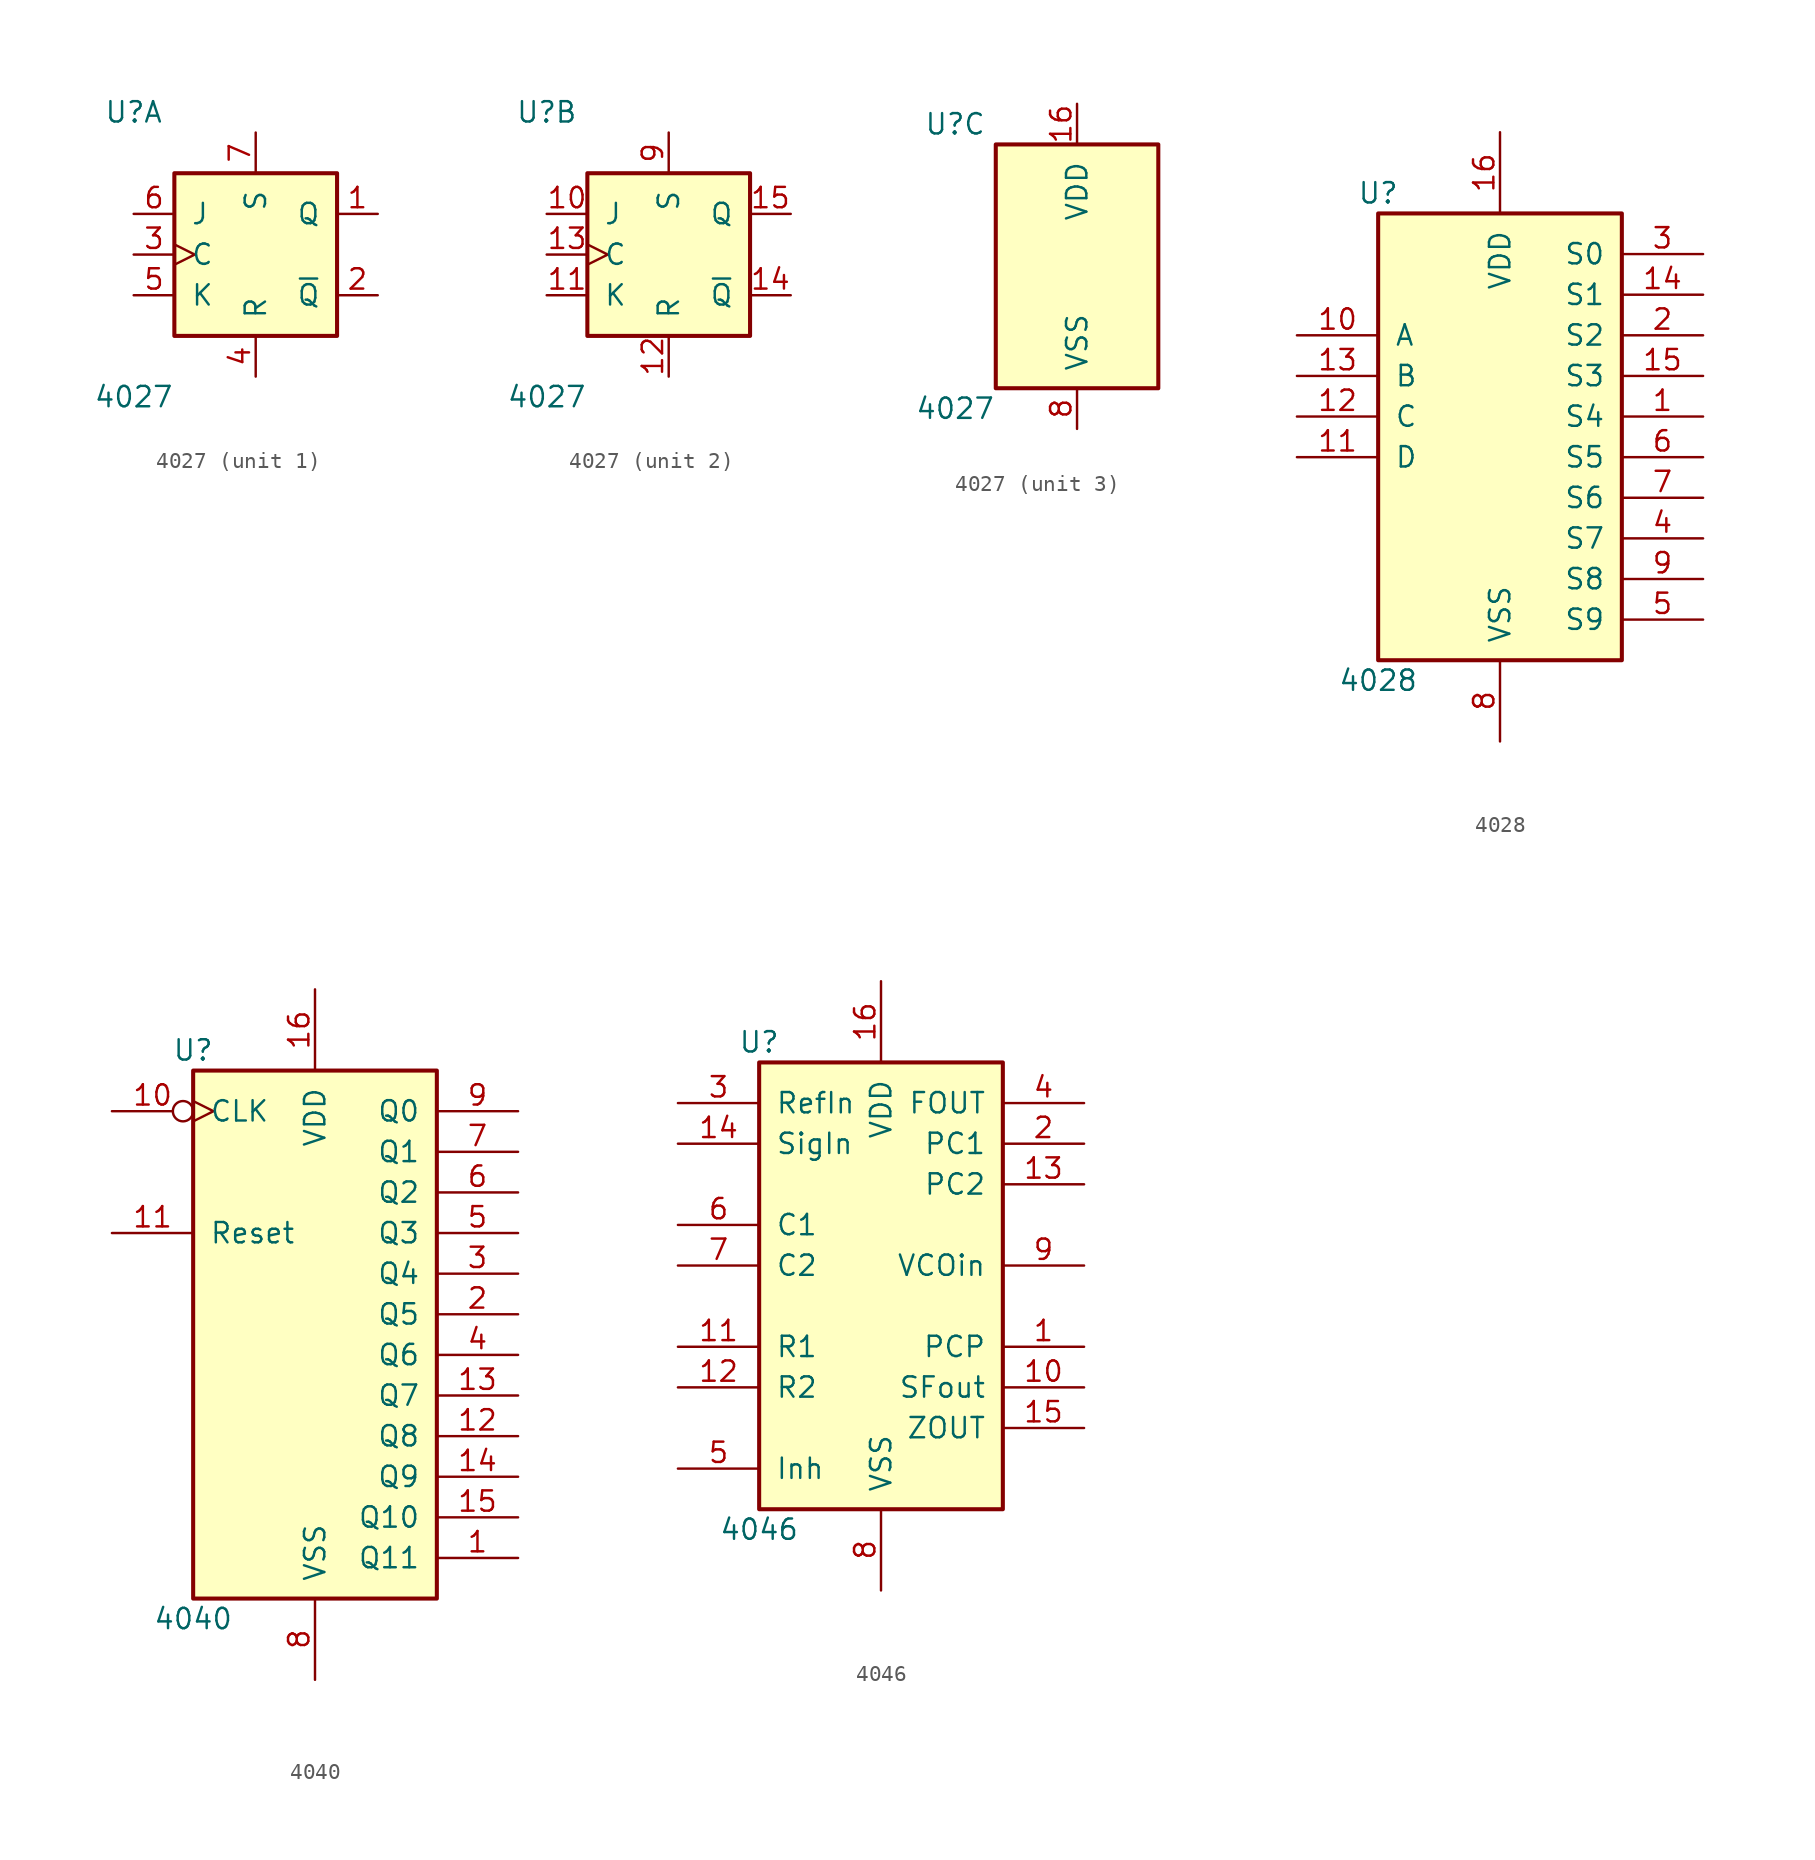
<source format=kicad_sym>
(kicad_symbol_lib
  (version 20241209)
  (generator "kicad_symbol_editor")
  (generator_version "9.0")
  (symbol "4027"
    (pin_names
      (offset 1.016))
    (property "Reference" "U"
      (at -7.62 8.89 0)
      (effects (font (size 1.27 1.27))))
    (property "Value" "4027"
      (at -7.62 -8.89 0)
      (effects (font (size 1.27 1.27))))
    (property "ki_locked" ""
      (at 0 0 0)
      (effects (font (size 1.27 1.27))))
    (symbol "4027_1_1"
      (rectangle (start -5.08 5.08) (end 5.08 -5.08) (stroke (width 0.254) (type default)) (fill (type background)))
      (pin input line (at -7.62 2.54 0) (length 2.54) (name "J" (effects (font (size 1.27 1.27)))) (number "6" (effects (font (size 1.27 1.27)))))
      (pin input clock (at -7.62 0 0) (length 2.54) (name "C" (effects (font (size 1.27 1.27)))) (number "3" (effects (font (size 1.27 1.27)))))
      (pin input line (at -7.62 -2.54 0) (length 2.54) (name "K" (effects (font (size 1.27 1.27)))) (number "5" (effects (font (size 1.27 1.27)))))
      (pin input line (at 0 7.62 270) (length 2.54) (name "S" (effects (font (size 1.27 1.27)))) (number "7" (effects (font (size 1.27 1.27)))))
      (pin input line (at 0 -7.62 90) (length 2.54) (name "R" (effects (font (size 1.27 1.27)))) (number "4" (effects (font (size 1.27 1.27)))))
      (pin output line (at 7.62 2.54 180) (length 2.54) (name "Q" (effects (font (size 1.27 1.27)))) (number "1" (effects (font (size 1.27 1.27)))))
      (pin output line (at 7.62 -2.54 180) (length 2.54) (name "~{Q}" (effects (font (size 1.27 1.27)))) (number "2" (effects (font (size 1.27 1.27))))))
    (symbol "4027_2_1"
      (rectangle (start -5.08 5.08) (end 5.08 -5.08) (stroke (width 0.254) (type default)) (fill (type background)))
      (pin input line (at -7.62 2.54 0) (length 2.54) (name "J" (effects (font (size 1.27 1.27)))) (number "10" (effects (font (size 1.27 1.27)))))
      (pin input clock (at -7.62 0 0) (length 2.54) (name "C" (effects (font (size 1.27 1.27)))) (number "13" (effects (font (size 1.27 1.27)))))
      (pin input line (at -7.62 -2.54 0) (length 2.54) (name "K" (effects (font (size 1.27 1.27)))) (number "11" (effects (font (size 1.27 1.27)))))
      (pin input line (at 0 7.62 270) (length 2.54) (name "S" (effects (font (size 1.27 1.27)))) (number "9" (effects (font (size 1.27 1.27)))))
      (pin input line (at 0 -7.62 90) (length 2.54) (name "R" (effects (font (size 1.27 1.27)))) (number "12" (effects (font (size 1.27 1.27)))))
      (pin output line (at 7.62 2.54 180) (length 2.54) (name "Q" (effects (font (size 1.27 1.27)))) (number "15" (effects (font (size 1.27 1.27)))))
      (pin output line (at 7.62 -2.54 180) (length 2.54) (name "~{Q}" (effects (font (size 1.27 1.27)))) (number "14" (effects (font (size 1.27 1.27))))))
    (symbol "4027_3_0"
      (pin power_in line (at 0 10.16 270) (length 2.54) (name "VDD" (effects (font (size 1.27 1.27)))) (number "16" (effects (font (size 1.27 1.27)))))
      (pin power_in line (at 0 -10.16 90) (length 2.54) (name "VSS" (effects (font (size 1.27 1.27)))) (number "8" (effects (font (size 1.27 1.27))))))
    (symbol "4027_3_1"
      (rectangle (start -5.08 7.62) (end 5.08 -7.62) (stroke (width 0.254) (type default)) (fill (type background)))))
  (symbol "4028"
    (pin_names
      (offset 1.016))
    (property "Reference" "U"
      (at -7.62 13.97 0)
      (effects (font (size 1.27 1.27))))
    (property "Value" "4028"
      (at -7.62 -16.51 0)
      (effects (font (size 1.27 1.27))))
    (property "ki_locked" ""
      (at 0 0 0)
      (effects (font (size 1.27 1.27))))
    (symbol "4028_1_0"
      (pin input line (at -12.7 5.08 0) (length 5.08) (name "A" (effects (font (size 1.27 1.27)))) (number "10" (effects (font (size 1.27 1.27)))))
      (pin input line (at -12.7 2.54 0) (length 5.08) (name "B" (effects (font (size 1.27 1.27)))) (number "13" (effects (font (size 1.27 1.27)))))
      (pin input line (at -12.7 0 0) (length 5.08) (name "C" (effects (font (size 1.27 1.27)))) (number "12" (effects (font (size 1.27 1.27)))))
      (pin input line (at -12.7 -2.54 0) (length 5.08) (name "D" (effects (font (size 1.27 1.27)))) (number "11" (effects (font (size 1.27 1.27)))))
      (pin power_in line (at 0 17.78 270) (length 5.08) (name "VDD" (effects (font (size 1.27 1.27)))) (number "16" (effects (font (size 1.27 1.27)))))
      (pin power_in line (at 0 -20.32 90) (length 5.08) (name "VSS" (effects (font (size 1.27 1.27)))) (number "8" (effects (font (size 1.27 1.27)))))
      (pin output line (at 12.7 10.16 180) (length 5.08) (name "S0" (effects (font (size 1.27 1.27)))) (number "3" (effects (font (size 1.27 1.27)))))
      (pin output line (at 12.7 7.62 180) (length 5.08) (name "S1" (effects (font (size 1.27 1.27)))) (number "14" (effects (font (size 1.27 1.27)))))
      (pin output line (at 12.7 5.08 180) (length 5.08) (name "S2" (effects (font (size 1.27 1.27)))) (number "2" (effects (font (size 1.27 1.27)))))
      (pin output line (at 12.7 2.54 180) (length 5.08) (name "S3" (effects (font (size 1.27 1.27)))) (number "15" (effects (font (size 1.27 1.27)))))
      (pin output line (at 12.7 0 180) (length 5.08) (name "S4" (effects (font (size 1.27 1.27)))) (number "1" (effects (font (size 1.27 1.27)))))
      (pin output line (at 12.7 -2.54 180) (length 5.08) (name "S5" (effects (font (size 1.27 1.27)))) (number "6" (effects (font (size 1.27 1.27)))))
      (pin output line (at 12.7 -5.08 180) (length 5.08) (name "S6" (effects (font (size 1.27 1.27)))) (number "7" (effects (font (size 1.27 1.27)))))
      (pin output line (at 12.7 -7.62 180) (length 5.08) (name "S7" (effects (font (size 1.27 1.27)))) (number "4" (effects (font (size 1.27 1.27)))))
      (pin output line (at 12.7 -10.16 180) (length 5.08) (name "S8" (effects (font (size 1.27 1.27)))) (number "9" (effects (font (size 1.27 1.27)))))
      (pin output line (at 12.7 -12.7 180) (length 5.08) (name "S9" (effects (font (size 1.27 1.27)))) (number "5" (effects (font (size 1.27 1.27))))))
    (symbol "4028_1_1"
      (rectangle (start -7.62 12.7) (end 7.62 -15.24) (stroke (width 0.254) (type default)) (fill (type background)))))
  (symbol "4040"
    (pin_names
      (offset 1.016))
    (property "Reference" "U"
      (at -7.62 16.51 0)
      (effects (font (size 1.27 1.27))))
    (property "Value" "4040"
      (at -7.62 -19.05 0)
      (effects (font (size 1.27 1.27))))
    (property "ki_locked" ""
      (at 0 0 0)
      (effects (font (size 1.27 1.27))))
    (symbol "4040_1_0"
      (pin input inverted_clock (at -12.7 12.7 0) (length 5.08) (name "CLK" (effects (font (size 1.27 1.27)))) (number "10" (effects (font (size 1.27 1.27)))))
      (pin input line (at -12.7 5.08 0) (length 5.08) (name "Reset" (effects (font (size 1.27 1.27)))) (number "11" (effects (font (size 1.27 1.27)))))
      (pin power_in line (at 0 20.32 270) (length 5.08) (name "VDD" (effects (font (size 1.27 1.27)))) (number "16" (effects (font (size 1.27 1.27)))))
      (pin power_in line (at 0 -22.86 90) (length 5.08) (name "VSS" (effects (font (size 1.27 1.27)))) (number "8" (effects (font (size 1.27 1.27)))))
      (pin output line (at 12.7 12.7 180) (length 5.08) (name "Q0" (effects (font (size 1.27 1.27)))) (number "9" (effects (font (size 1.27 1.27)))))
      (pin output line (at 12.7 10.16 180) (length 5.08) (name "Q1" (effects (font (size 1.27 1.27)))) (number "7" (effects (font (size 1.27 1.27)))))
      (pin output line (at 12.7 7.62 180) (length 5.08) (name "Q2" (effects (font (size 1.27 1.27)))) (number "6" (effects (font (size 1.27 1.27)))))
      (pin output line (at 12.7 5.08 180) (length 5.08) (name "Q3" (effects (font (size 1.27 1.27)))) (number "5" (effects (font (size 1.27 1.27)))))
      (pin output line (at 12.7 2.54 180) (length 5.08) (name "Q4" (effects (font (size 1.27 1.27)))) (number "3" (effects (font (size 1.27 1.27)))))
      (pin output line (at 12.7 0 180) (length 5.08) (name "Q5" (effects (font (size 1.27 1.27)))) (number "2" (effects (font (size 1.27 1.27)))))
      (pin output line (at 12.7 -2.54 180) (length 5.08) (name "Q6" (effects (font (size 1.27 1.27)))) (number "4" (effects (font (size 1.27 1.27)))))
      (pin output line (at 12.7 -5.08 180) (length 5.08) (name "Q7" (effects (font (size 1.27 1.27)))) (number "13" (effects (font (size 1.27 1.27)))))
      (pin output line (at 12.7 -7.62 180) (length 5.08) (name "Q8" (effects (font (size 1.27 1.27)))) (number "12" (effects (font (size 1.27 1.27)))))
      (pin output line (at 12.7 -10.16 180) (length 5.08) (name "Q9" (effects (font (size 1.27 1.27)))) (number "14" (effects (font (size 1.27 1.27)))))
      (pin output line (at 12.7 -12.7 180) (length 5.08) (name "Q10" (effects (font (size 1.27 1.27)))) (number "15" (effects (font (size 1.27 1.27)))))
      (pin output line (at 12.7 -15.24 180) (length 5.08) (name "Q11" (effects (font (size 1.27 1.27)))) (number "1" (effects (font (size 1.27 1.27))))))
    (symbol "4040_1_1"
      (rectangle (start -7.62 15.24) (end 7.62 -17.78) (stroke (width 0.254) (type default)) (fill (type background)))))
  (symbol "4046"
    (pin_names
      (offset 1.016))
    (property "Reference" "U"
      (at -7.62 13.97 0)
      (effects (font (size 1.27 1.27))))
    (property "Value" "4046"
      (at -7.62 -16.51 0)
      (effects (font (size 1.27 1.27))))
    (property "ki_locked" ""
      (at 0 0 0)
      (effects (font (size 1.27 1.27))))
    (symbol "4046_1_0"
      (pin input line (at -12.7 10.16 0) (length 5.08) (name "RefIn" (effects (font (size 1.27 1.27)))) (number "3" (effects (font (size 1.27 1.27)))))
      (pin input line (at -12.7 7.62 0) (length 5.08) (name "SigIn" (effects (font (size 1.27 1.27)))) (number "14" (effects (font (size 1.27 1.27)))))
      (pin input line (at -12.7 2.54 0) (length 5.08) (name "C1" (effects (font (size 1.27 1.27)))) (number "6" (effects (font (size 1.27 1.27)))))
      (pin input line (at -12.7 0 0) (length 5.08) (name "C2" (effects (font (size 1.27 1.27)))) (number "7" (effects (font (size 1.27 1.27)))))
      (pin input line (at -12.7 -5.08 0) (length 5.08) (name "R1" (effects (font (size 1.27 1.27)))) (number "11" (effects (font (size 1.27 1.27)))))
      (pin input line (at -12.7 -7.62 0) (length 5.08) (name "R2" (effects (font (size 1.27 1.27)))) (number "12" (effects (font (size 1.27 1.27)))))
      (pin input line (at -12.7 -12.7 0) (length 5.08) (name "Inh" (effects (font (size 1.27 1.27)))) (number "5" (effects (font (size 1.27 1.27)))))
      (pin power_in line (at 0 17.78 270) (length 5.08) (name "VDD" (effects (font (size 1.27 1.27)))) (number "16" (effects (font (size 1.27 1.27)))))
      (pin power_in line (at 0 -20.32 90) (length 5.08) (name "VSS" (effects (font (size 1.27 1.27)))) (number "8" (effects (font (size 1.27 1.27)))))
      (pin output line (at 12.7 10.16 180) (length 5.08) (name "FOUT" (effects (font (size 1.27 1.27)))) (number "4" (effects (font (size 1.27 1.27)))))
      (pin output line (at 12.7 7.62 180) (length 5.08) (name "PC1" (effects (font (size 1.27 1.27)))) (number "2" (effects (font (size 1.27 1.27)))))
      (pin tri_state line (at 12.7 5.08 180) (length 5.08) (name "PC2" (effects (font (size 1.27 1.27)))) (number "13" (effects (font (size 1.27 1.27)))))
      (pin input line (at 12.7 0 180) (length 5.08) (name "VCOin" (effects (font (size 1.27 1.27)))) (number "9" (effects (font (size 1.27 1.27)))))
      (pin output line (at 12.7 -5.08 180) (length 5.08) (name "PCP" (effects (font (size 1.27 1.27)))) (number "1" (effects (font (size 1.27 1.27)))))
      (pin output line (at 12.7 -7.62 180) (length 5.08) (name "SFout" (effects (font (size 1.27 1.27)))) (number "10" (effects (font (size 1.27 1.27)))))
      (pin output line (at 12.7 -10.16 180) (length 5.08) (name "ZOUT" (effects (font (size 1.27 1.27)))) (number "15" (effects (font (size 1.27 1.27))))))
    (symbol "4046_1_1"
      (rectangle (start -7.62 12.7) (end 7.62 -15.24) (stroke (width 0.254) (type default)) (fill (type background))))))
</source>
